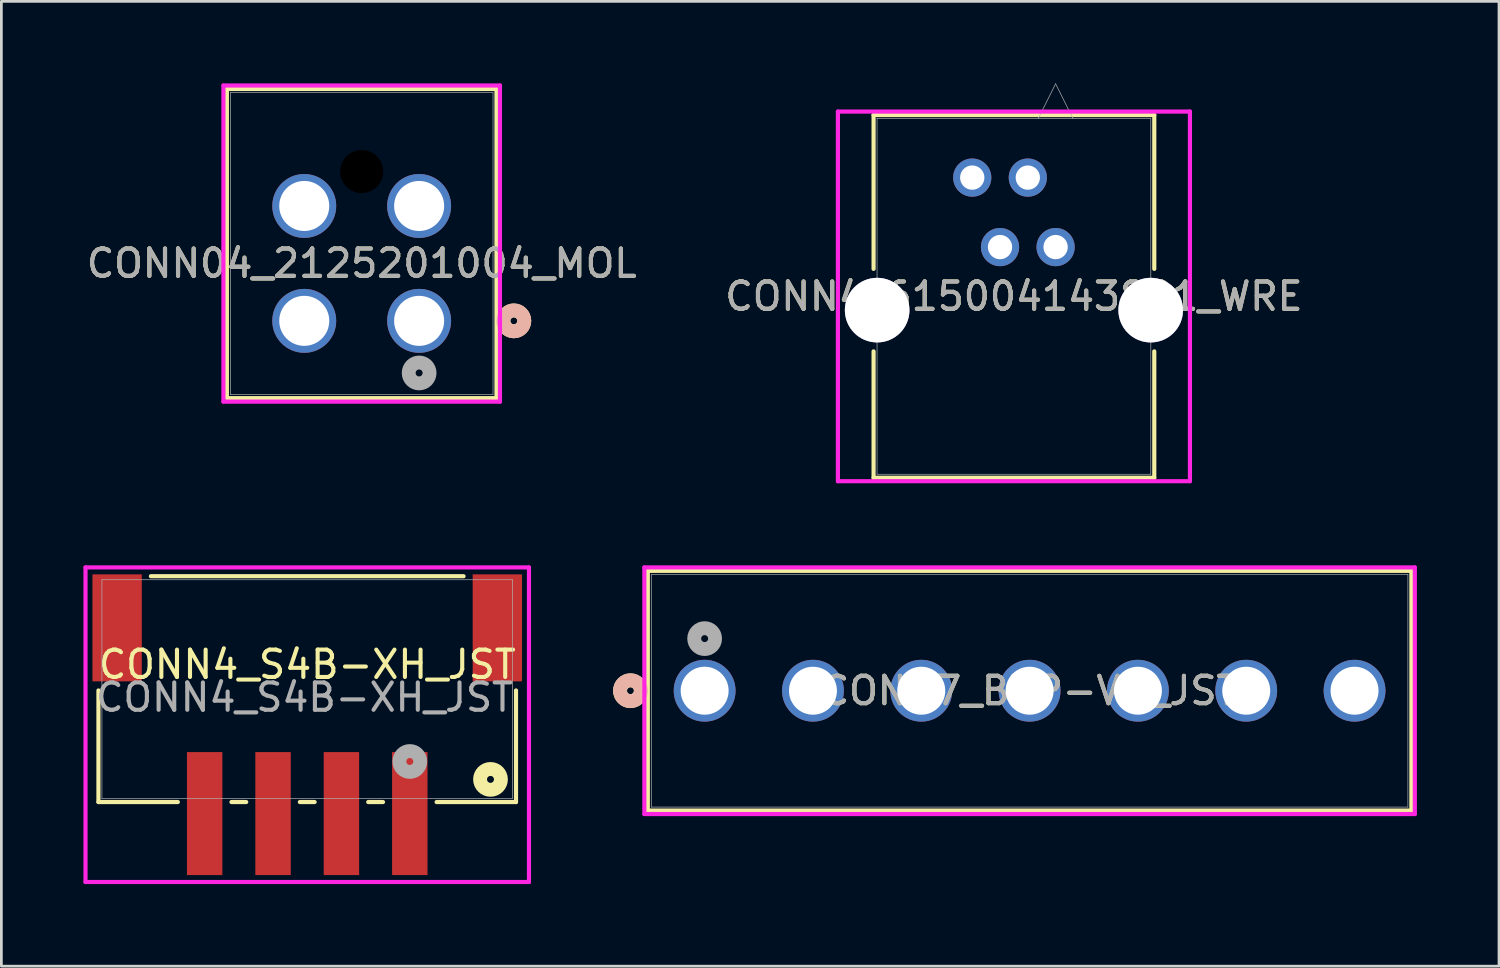
<source format=kicad_pcb>
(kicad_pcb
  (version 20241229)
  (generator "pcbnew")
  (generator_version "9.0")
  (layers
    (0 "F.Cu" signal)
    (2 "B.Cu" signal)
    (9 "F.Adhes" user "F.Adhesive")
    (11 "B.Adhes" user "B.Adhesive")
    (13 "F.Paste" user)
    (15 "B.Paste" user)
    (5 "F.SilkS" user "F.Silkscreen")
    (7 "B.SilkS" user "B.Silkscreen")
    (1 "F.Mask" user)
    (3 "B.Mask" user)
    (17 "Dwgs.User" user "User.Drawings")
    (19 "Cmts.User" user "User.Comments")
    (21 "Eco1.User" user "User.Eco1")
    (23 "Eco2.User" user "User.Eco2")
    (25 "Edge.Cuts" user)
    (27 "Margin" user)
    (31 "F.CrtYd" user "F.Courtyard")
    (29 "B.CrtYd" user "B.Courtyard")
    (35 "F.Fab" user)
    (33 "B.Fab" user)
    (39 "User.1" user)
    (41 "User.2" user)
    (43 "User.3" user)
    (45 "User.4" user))
  (footprint "CONN4_S4B-XH_JST"
    (layer "F.Cu")
    (at 8.182 22.144)
    (property "Reference" "CONN4_S4B-XH_JST" (at 0 -0.9 0) (unlocked yes) (layer "F.SilkS") (effects (font (size 1 1) (thickness 0.15))))
    (attr smd)
    (fp_line (start -7.633 0.048) (end -7.633 4.128) (stroke (width 0.152) (type solid)) (layer "F.SilkS"))
    (fp_line (start -7.633 4.128) (end -4.73 4.128) (stroke (width 0.152) (type solid)) (layer "F.SilkS"))
    (fp_line (start -2.77 4.128) (end -2.23 4.128) (stroke (width 0.152) (type solid)) (layer "F.SilkS"))
    (fp_line (start -0.27 4.128) (end 0.27 4.128) (stroke (width 0.152) (type solid)) (layer "F.SilkS"))
    (fp_line (start 2.23 4.128) (end 2.77 4.128) (stroke (width 0.152) (type solid)) (layer "F.SilkS"))
    (fp_line (start 4.73 4.128) (end 7.633 4.128) (stroke (width 0.152) (type solid)) (layer "F.SilkS"))
    (fp_line (start 5.716 -4.128) (end -5.716 -4.128) (stroke (width 0.152) (type solid)) (layer "F.SilkS"))
    (fp_line (start 7.633 4.128) (end 7.633 0.048) (stroke (width 0.152) (type solid)) (layer "F.SilkS"))
    (fp_circle (center 6.7 3.3) (end 7.081 3.3) (stroke (width 0.508) (type solid)) (fill no) (layer "F.SilkS"))
    (fp_line (start -8.106 -4.45) (end -8.106 7.051) (stroke (width 0.152) (type solid)) (layer "F.CrtYd"))
    (fp_line (start -8.106 7.051) (end 8.106 7.051) (stroke (width 0.152) (type solid)) (layer "F.CrtYd"))
    (fp_line (start 8.106 -4.45) (end -8.106 -4.45) (stroke (width 0.152) (type solid)) (layer "F.CrtYd"))
    (fp_line (start 8.106 7.051) (end 8.106 -4.45) (stroke (width 0.152) (type solid)) (layer "F.CrtYd"))
    (fp_line (start -7.506 -4) (end -7.506 4) (stroke (width 0.025) (type solid)) (layer "F.Fab"))
    (fp_line (start -7.506 4) (end 7.506 4) (stroke (width 0.025) (type solid)) (layer "F.Fab"))
    (fp_line (start 7.506 -4) (end -7.506 -4) (stroke (width 0.025) (type solid)) (layer "F.Fab"))
    (fp_line (start 7.506 4) (end 7.506 -4) (stroke (width 0.025) (type solid)) (layer "F.Fab"))
    (fp_circle (center 3.75 2.645) (end 4.131 2.645) (stroke (width 0.508) (type solid)) (fill no) (layer "F.Fab"))
    (fp_text user "${REFERENCE}" (at -0.1 0.3 0) (unlocked yes) (layer "F.Fab") (effects (font (size 1 1) (thickness 0.15))))
    (pad "1" smd rect (at 3.75 4.55) (size 1.295 4.496) (layers "F.Cu" "F.Mask" "F.Paste"))
    (pad "2" smd rect (at 1.25 4.55) (size 1.295 4.496) (layers "F.Cu" "F.Mask" "F.Paste"))
    (pad "3" smd rect (at -1.25 4.55) (size 1.295 4.496) (layers "F.Cu" "F.Mask" "F.Paste"))
    (pad "4" smd rect (at -3.75 4.55) (size 1.295 4.496) (layers "F.Cu" "F.Mask" "F.Paste"))
    (pad "5" smd rect (at -6.95 -2.24) (size 1.803 3.912) (layers "F.Cu" "F.Mask" "F.Paste"))
    (pad "6" smd rect (at 6.95 -2.24) (size 1.803 3.912) (layers "F.Cu" "F.Mask" "F.Paste")))
  (footprint "CONN7_B7P-VH_JST"
    (layer "F.Cu")
    (at 22.711 22.202)
    (property "Reference" "CONN7_B7P-VH_JST" (at 11.88 0 0) (unlocked yes) (layer "F.SilkS") (effects (font (size 1 1) (thickness 0.15))))
    (attr through_hole)
    (fp_line (start -2.077 -4.381) (end -2.077 4.381) (stroke (width 0.152) (type solid)) (layer "F.SilkS"))
    (fp_line (start -2.077 4.381) (end 25.837 4.381) (stroke (width 0.152) (type solid)) (layer "F.SilkS"))
    (fp_line (start 25.837 -4.381) (end -2.077 -4.381) (stroke (width 0.152) (type solid)) (layer "F.SilkS"))
    (fp_line (start 25.837 4.381) (end 25.837 -4.381) (stroke (width 0.152) (type solid)) (layer "F.SilkS"))
    (fp_circle (center -2.712 0) (end -2.331 0) (stroke (width 0.508) (type solid)) (fill no) (layer "F.SilkS"))
    (fp_circle (center -2.712 0) (end -2.331 0) (stroke (width 0.508) (type solid)) (fill no) (layer "B.SilkS"))
    (fp_line (start -2.204 -4.508) (end -2.204 4.508) (stroke (width 0.152) (type solid)) (layer "F.CrtYd"))
    (fp_line (start -2.204 4.508) (end 25.964 4.508) (stroke (width 0.152) (type solid)) (layer "F.CrtYd"))
    (fp_line (start 25.964 -4.508) (end -2.204 -4.508) (stroke (width 0.152) (type solid)) (layer "F.CrtYd"))
    (fp_line (start 25.964 4.508) (end 25.964 -4.508) (stroke (width 0.152) (type solid)) (layer "F.CrtYd"))
    (fp_line (start -1.95 -4.255) (end -1.95 4.255) (stroke (width 0.025) (type solid)) (layer "F.Fab"))
    (fp_line (start -1.95 4.255) (end 25.71 4.255) (stroke (width 0.025) (type solid)) (layer "F.Fab"))
    (fp_line (start 25.71 -4.255) (end -1.95 -4.255) (stroke (width 0.025) (type solid)) (layer "F.Fab"))
    (fp_line (start 25.71 4.255) (end 25.71 -4.255) (stroke (width 0.025) (type solid)) (layer "F.Fab"))
    (fp_circle (center 0 -1.905) (end 0.381 -1.905) (stroke (width 0.508) (type solid)) (fill no) (layer "F.Fab"))
    (fp_text user "${REFERENCE}" (at 11.88 0 0) (unlocked yes) (layer "F.Fab") (effects (font (size 1 1) (thickness 0.15))))
    (pad "1" thru_hole circle (at 0 0) (size 2.261 2.261) (drill 1.753) (layers "*.Cu" "*.Mask"))
    (pad "2" thru_hole circle (at 3.96 0) (size 2.261 2.261) (drill 1.753) (layers "*.Cu" "*.Mask"))
    (pad "3" thru_hole circle (at 7.92 0) (size 2.261 2.261) (drill 1.753) (layers "*.Cu" "*.Mask"))
    (pad "4" thru_hole circle (at 11.88 0) (size 2.261 2.261) (drill 1.753) (layers "*.Cu" "*.Mask"))
    (pad "5" thru_hole circle (at 15.84 0) (size 2.261 2.261) (drill 1.753) (layers "*.Cu" "*.Mask"))
    (pad "6" thru_hole circle (at 19.8 0) (size 2.261 2.261) (drill 1.753) (layers "*.Cu" "*.Mask"))
    (pad "7" thru_hole circle (at 23.76 0) (size 2.261 2.261) (drill 1.753) (layers "*.Cu" "*.Mask")))
  (footprint "CONN04_2125201004_MOL"
    (layer "F.Cu")
    (at 12.273 8.68)
    (property "Reference" "CONN04_2125201004_MOL" (at -2.1 -2.1 0) (unlocked yes) (layer "F.SilkS") (effects (font (size 1 1) (thickness 0.15))))
    (attr through_hole)
    (fp_line (start -7.028 -8.477) (end -7.028 2.826) (stroke (width 0.152) (type solid)) (layer "F.SilkS"))
    (fp_line (start -7.028 2.826) (end 2.828 2.826) (stroke (width 0.152) (type solid)) (layer "F.SilkS"))
    (fp_line (start 2.828 -8.477) (end -7.028 -8.477) (stroke (width 0.152) (type solid)) (layer "F.SilkS"))
    (fp_line (start 2.828 2.826) (end 2.828 -8.477) (stroke (width 0.152) (type solid)) (layer "F.SilkS"))
    (fp_circle (center 3.463 0) (end 3.844 0) (stroke (width 0.508) (type solid)) (fill no) (layer "F.SilkS"))
    (fp_circle (center 3.463 0) (end 3.844 0) (stroke (width 0.508) (type solid)) (fill no) (layer "B.SilkS"))
    (fp_line (start -7.155 -8.604) (end -7.155 2.953) (stroke (width 0.152) (type solid)) (layer "F.CrtYd"))
    (fp_line (start -7.155 2.953) (end 2.955 2.953) (stroke (width 0.152) (type solid)) (layer "F.CrtYd"))
    (fp_line (start 2.955 -8.604) (end -7.155 -8.604) (stroke (width 0.152) (type solid)) (layer "F.CrtYd"))
    (fp_line (start 2.955 2.953) (end 2.955 -8.604) (stroke (width 0.152) (type solid)) (layer "F.CrtYd"))
    (fp_line (start -6.901 -8.35) (end -6.901 2.699) (stroke (width 0.025) (type solid)) (layer "F.Fab"))
    (fp_line (start -6.901 2.699) (end 2.701 2.699) (stroke (width 0.025) (type solid)) (layer "F.Fab"))
    (fp_line (start 2.701 -8.35) (end -6.901 -8.35) (stroke (width 0.025) (type solid)) (layer "F.Fab"))
    (fp_line (start 2.701 2.699) (end 2.701 -8.35) (stroke (width 0.025) (type solid)) (layer "F.Fab"))
    (fp_circle (center 0 1.905) (end 0.381 1.905) (stroke (width 0.508) (type solid)) (fill no) (layer "F.Fab"))
    (fp_text user "${REFERENCE}" (at -2.1 -2.1 0) (unlocked yes) (layer "F.Fab") (effects (font (size 1 1) (thickness 0.15))))
    (pad "" np_thru_hole circle (at -2.1 -5.46) (size 1.575 1.575) (drill 1.575) (layers))
    (pad "1" thru_hole circle (at 0 0) (size 2.337 2.337) (drill 1.829) (layers "*.Cu" "*.Mask"))
    (pad "2" thru_hole circle (at -4.2 0) (size 2.337 2.337) (drill 1.829) (layers "*.Cu" "*.Mask"))
    (pad "3" thru_hole circle (at 0 -4.2) (size 2.337 2.337) (drill 1.829) (layers "*.Cu" "*.Mask"))
    (pad "4" thru_hole circle (at -4.2 -4.2) (size 2.337 2.337) (drill 1.829) (layers "*.Cu" "*.Mask")))
  (footprint "CONN4_615004143821_WRE"
    (layer "F.Cu")
    (at 35.542 5.983)
    (property "Reference" "CONN4_615004143821_WRE" (at -1.524 1.802 0) (unlocked yes) (layer "F.SilkS") (effects (font (size 1 1) (thickness 0.15))))
    (attr through_hole)
    (fp_line (start -6.655 -4.827) (end -6.655 0.797) (stroke (width 0.152) (type solid)) (layer "F.SilkS"))
    (fp_line (start -6.655 3.813) (end -6.655 8.432) (stroke (width 0.152) (type solid)) (layer "F.SilkS"))
    (fp_line (start -6.655 8.432) (end 3.607 8.432) (stroke (width 0.152) (type solid)) (layer "F.SilkS"))
    (fp_line (start 3.607 -4.827) (end -6.655 -4.827) (stroke (width 0.152) (type solid)) (layer "F.SilkS"))
    (fp_line (start 3.607 0.797) (end 3.607 -4.827) (stroke (width 0.152) (type solid)) (layer "F.SilkS"))
    (fp_line (start 3.607 8.432) (end 3.607 3.813) (stroke (width 0.152) (type solid)) (layer "F.SilkS"))
    (fp_line (start -7.959 -4.954) (end -7.959 8.559) (stroke (width 0.152) (type solid)) (layer "F.CrtYd"))
    (fp_line (start -7.959 8.559) (end 4.911 8.559) (stroke (width 0.152) (type solid)) (layer "F.CrtYd"))
    (fp_line (start 4.911 -4.954) (end -7.959 -4.954) (stroke (width 0.152) (type solid)) (layer "F.CrtYd"))
    (fp_line (start 4.911 -4.954) (end 4.911 8.559) (stroke (width 0.152) (type solid)) (layer "F.CrtYd"))
    (fp_line (start -6.528 -4.7) (end -6.528 8.305) (stroke (width 0.025) (type solid)) (layer "F.Fab"))
    (fp_line (start -6.528 8.305) (end 3.48 8.305) (stroke (width 0.025) (type solid)) (layer "F.Fab"))
    (fp_line (start -0.635 -4.7) (end 0 -5.97) (stroke (width 0.025) (type solid)) (layer "F.Fab"))
    (fp_line (start 0.635 -4.7) (end 0 -5.97) (stroke (width 0.025) (type solid)) (layer "F.Fab"))
    (fp_line (start 3.48 -4.7) (end -6.528 -4.7) (stroke (width 0.025) (type solid)) (layer "F.Fab"))
    (fp_line (start 3.48 8.305) (end 3.48 -4.7) (stroke (width 0.025) (type solid)) (layer "F.Fab"))
    (fp_text user "${REFERENCE}" (at -1.524 1.802 0) (unlocked yes) (layer "F.Fab") (effects (font (size 1 1) (thickness 0.15))))
    (pad "1" thru_hole circle (at 0 0) (size 1.397 1.397) (drill 0.889) (layers "*.Cu" "*.Mask"))
    (pad "2" thru_hole circle (at -1.016 -2.54) (size 1.397 1.397) (drill 0.889) (layers "*.Cu" "*.Mask"))
    (pad "3" thru_hole circle (at -2.032 0) (size 1.397 1.397) (drill 0.889) (layers "*.Cu" "*.Mask"))
    (pad "4" thru_hole circle (at -3.048 -2.54) (size 1.397 1.397) (drill 0.889) (layers "*.Cu" "*.Mask"))
    (pad "5" thru_hole circle (at -6.524 2.305 90) (size 2.362 2.362) (drill 2.362) (layers "*.Cu" "*.Mask"))
    (pad "6" thru_hole circle (at 3.476 2.305 90) (size 2.362 2.362) (drill 2.362) (layers "*.Cu" "*.Mask")))
  (gr_rect
    (start -3 -3)
    (end 51.752 32.272)
    (stroke (width 0.1) (type default))
    (fill no)
    (layer "Edge.Cuts")))
</source>
